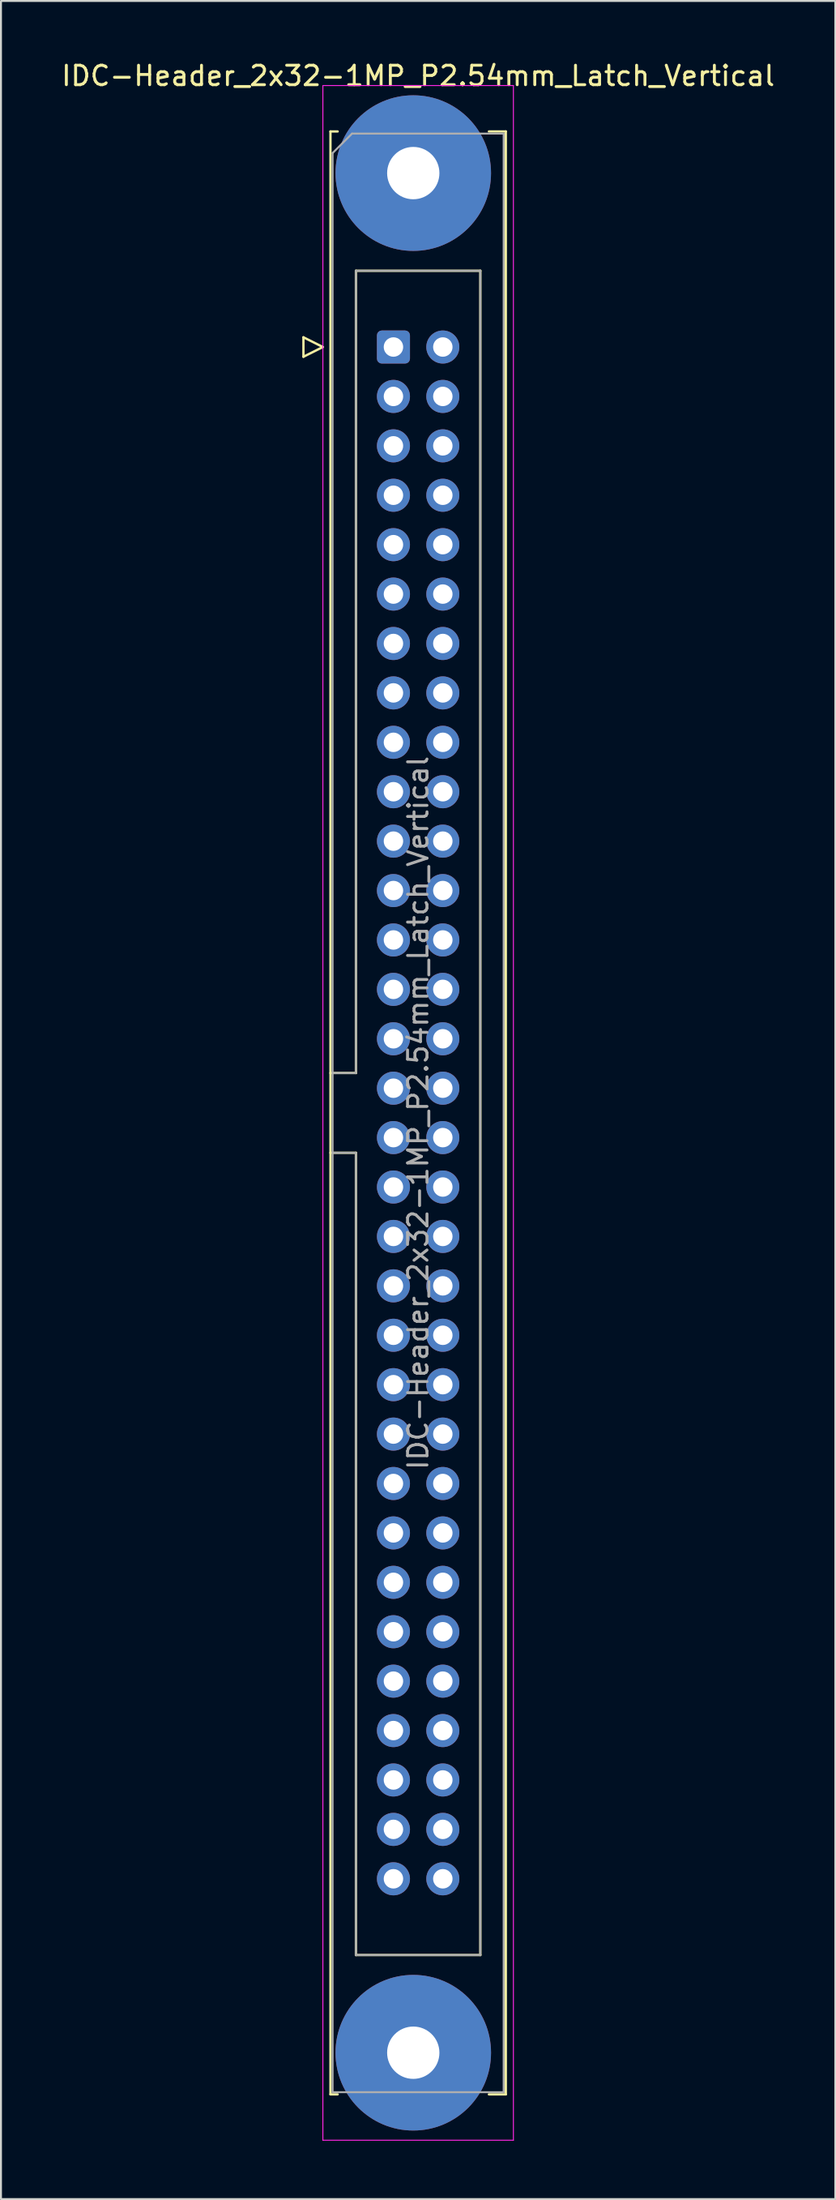
<source format=kicad_pcb>
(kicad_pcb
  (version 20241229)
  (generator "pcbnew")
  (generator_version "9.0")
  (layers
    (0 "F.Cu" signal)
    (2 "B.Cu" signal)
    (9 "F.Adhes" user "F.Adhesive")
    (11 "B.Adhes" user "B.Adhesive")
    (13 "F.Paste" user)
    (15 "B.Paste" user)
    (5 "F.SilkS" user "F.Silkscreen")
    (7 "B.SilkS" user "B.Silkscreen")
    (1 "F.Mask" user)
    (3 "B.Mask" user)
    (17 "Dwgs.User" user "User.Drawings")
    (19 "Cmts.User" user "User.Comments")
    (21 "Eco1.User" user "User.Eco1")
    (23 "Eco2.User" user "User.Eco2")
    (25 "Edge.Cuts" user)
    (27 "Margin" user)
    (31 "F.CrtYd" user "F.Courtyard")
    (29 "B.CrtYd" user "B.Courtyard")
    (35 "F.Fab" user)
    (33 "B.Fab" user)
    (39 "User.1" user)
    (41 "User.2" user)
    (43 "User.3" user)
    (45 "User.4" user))
  (footprint "IDC-Header_2x32-1MP_P2.54mm_Latch_Vertical"
    (layer "F.Cu")
    (at 17.188 14.788)
    (property "Reference" "IDC-Header_2x32-1MP_P2.54mm_Latch_Vertical" (at 1.27 -13.94 0) (layer "F.SilkS") (effects (font (size 1 1) (thickness 0.15))))
    (attr through_hole)
    (fp_line (start -4.63 -0.5) (end -4.63 0.5) (stroke (width 0.12) (type solid)) (layer "F.SilkS"))
    (fp_line (start -4.63 0.5) (end -3.63 0) (stroke (width 0.12) (type solid)) (layer "F.SilkS"))
    (fp_line (start -3.63 0) (end -4.63 -0.5) (stroke (width 0.12) (type solid)) (layer "F.SilkS"))
    (fp_line (start -3.24 -11.08) (end -3.24 89.82) (stroke (width 0.12) (type solid)) (layer "F.SilkS"))
    (fp_line (start -3.24 37.32) (end -1.93 37.32) (stroke (width 0.12) (type solid)) (layer "F.SilkS"))
    (fp_line (start -3.24 89.82) (end -2.87 89.82) (stroke (width 0.12) (type solid)) (layer "F.SilkS"))
    (fp_line (start -2.87 -11.08) (end -3.24 -11.08) (stroke (width 0.12) (type solid)) (layer "F.SilkS"))
    (fp_line (start -1.93 -3.92) (end 4.47 -3.92) (stroke (width 0.12) (type solid)) (layer "F.SilkS"))
    (fp_line (start -1.93 37.32) (end -1.93 -3.92) (stroke (width 0.12) (type solid)) (layer "F.SilkS"))
    (fp_line (start -1.93 41.42) (end -3.24 41.42) (stroke (width 0.12) (type solid)) (layer "F.SilkS"))
    (fp_line (start -1.93 82.66) (end -1.93 41.42) (stroke (width 0.12) (type solid)) (layer "F.SilkS"))
    (fp_line (start 4.47 -3.92) (end 4.47 82.66) (stroke (width 0.12) (type solid)) (layer "F.SilkS"))
    (fp_line (start 4.47 82.66) (end -1.93 82.66) (stroke (width 0.12) (type solid)) (layer "F.SilkS"))
    (fp_line (start 4.91 -11.08) (end 5.78 -11.08) (stroke (width 0.12) (type solid)) (layer "F.SilkS"))
    (fp_line (start 5.78 -11.08) (end 5.78 89.82) (stroke (width 0.12) (type solid)) (layer "F.SilkS"))
    (fp_line (start 5.78 89.82) (end 4.91 89.82) (stroke (width 0.12) (type solid)) (layer "F.SilkS"))
    (fp_line (start -3.63 -13.44) (end -3.63 92.18) (stroke (width 0.05) (type solid)) (layer "F.CrtYd"))
    (fp_line (start -3.63 92.18) (end 6.17 92.18) (stroke (width 0.05) (type solid)) (layer "F.CrtYd"))
    (fp_line (start 6.17 -13.44) (end -3.63 -13.44) (stroke (width 0.05) (type solid)) (layer "F.CrtYd"))
    (fp_line (start 6.17 92.18) (end 6.17 -13.44) (stroke (width 0.05) (type solid)) (layer "F.CrtYd"))
    (fp_line (start -3.13 -9.97) (end -2.13 -10.97) (stroke (width 0.1) (type solid)) (layer "F.Fab"))
    (fp_line (start -3.13 37.32) (end -1.93 37.32) (stroke (width 0.1) (type solid)) (layer "F.Fab"))
    (fp_line (start -3.13 89.71) (end -3.13 -9.97) (stroke (width 0.1) (type solid)) (layer "F.Fab"))
    (fp_line (start -2.13 -10.97) (end 5.67 -10.97) (stroke (width 0.1) (type solid)) (layer "F.Fab"))
    (fp_line (start -1.93 -3.92) (end 4.47 -3.92) (stroke (width 0.1) (type solid)) (layer "F.Fab"))
    (fp_line (start -1.93 37.32) (end -1.93 -3.92) (stroke (width 0.1) (type solid)) (layer "F.Fab"))
    (fp_line (start -1.93 41.42) (end -3.13 41.42) (stroke (width 0.1) (type solid)) (layer "F.Fab"))
    (fp_line (start -1.93 82.66) (end -1.93 41.42) (stroke (width 0.1) (type solid)) (layer "F.Fab"))
    (fp_line (start 4.47 -3.92) (end 4.47 82.66) (stroke (width 0.1) (type solid)) (layer "F.Fab"))
    (fp_line (start 4.47 82.66) (end -1.93 82.66) (stroke (width 0.1) (type solid)) (layer "F.Fab"))
    (fp_line (start 5.67 -10.97) (end 5.67 89.71) (stroke (width 0.1) (type solid)) (layer "F.Fab"))
    (fp_line (start 5.67 89.71) (end -3.13 89.71) (stroke (width 0.1) (type solid)) (layer "F.Fab"))
    (fp_text user "${REFERENCE}" (at 1.27 39.37 90) (layer "F.Fab") (effects (font (size 1 1) (thickness 0.15))))
    (pad "1" thru_hole roundrect (at 0 0) (size 1.7 1.7) (drill 1) (layers "*.Cu" "*.Mask") (roundrect_rratio 0.147))
    (pad "2" thru_hole circle (at 2.54 0) (size 1.7 1.7) (drill 1) (layers "*.Cu" "*.Mask"))
    (pad "3" thru_hole circle (at 0 2.54) (size 1.7 1.7) (drill 1) (layers "*.Cu" "*.Mask"))
    (pad "4" thru_hole circle (at 2.54 2.54) (size 1.7 1.7) (drill 1) (layers "*.Cu" "*.Mask"))
    (pad "5" thru_hole circle (at 0 5.08) (size 1.7 1.7) (drill 1) (layers "*.Cu" "*.Mask"))
    (pad "6" thru_hole circle (at 2.54 5.08) (size 1.7 1.7) (drill 1) (layers "*.Cu" "*.Mask"))
    (pad "7" thru_hole circle (at 0 7.62) (size 1.7 1.7) (drill 1) (layers "*.Cu" "*.Mask"))
    (pad "8" thru_hole circle (at 2.54 7.62) (size 1.7 1.7) (drill 1) (layers "*.Cu" "*.Mask"))
    (pad "9" thru_hole circle (at 0 10.16) (size 1.7 1.7) (drill 1) (layers "*.Cu" "*.Mask"))
    (pad "10" thru_hole circle (at 2.54 10.16) (size 1.7 1.7) (drill 1) (layers "*.Cu" "*.Mask"))
    (pad "11" thru_hole circle (at 0 12.7) (size 1.7 1.7) (drill 1) (layers "*.Cu" "*.Mask"))
    (pad "12" thru_hole circle (at 2.54 12.7) (size 1.7 1.7) (drill 1) (layers "*.Cu" "*.Mask"))
    (pad "13" thru_hole circle (at 0 15.24) (size 1.7 1.7) (drill 1) (layers "*.Cu" "*.Mask"))
    (pad "14" thru_hole circle (at 2.54 15.24) (size 1.7 1.7) (drill 1) (layers "*.Cu" "*.Mask"))
    (pad "15" thru_hole circle (at 0 17.78) (size 1.7 1.7) (drill 1) (layers "*.Cu" "*.Mask"))
    (pad "16" thru_hole circle (at 2.54 17.78) (size 1.7 1.7) (drill 1) (layers "*.Cu" "*.Mask"))
    (pad "17" thru_hole circle (at 0 20.32) (size 1.7 1.7) (drill 1) (layers "*.Cu" "*.Mask"))
    (pad "18" thru_hole circle (at 2.54 20.32) (size 1.7 1.7) (drill 1) (layers "*.Cu" "*.Mask"))
    (pad "19" thru_hole circle (at 0 22.86) (size 1.7 1.7) (drill 1) (layers "*.Cu" "*.Mask"))
    (pad "20" thru_hole circle (at 2.54 22.86) (size 1.7 1.7) (drill 1) (layers "*.Cu" "*.Mask"))
    (pad "21" thru_hole circle (at 0 25.4) (size 1.7 1.7) (drill 1) (layers "*.Cu" "*.Mask"))
    (pad "22" thru_hole circle (at 2.54 25.4) (size 1.7 1.7) (drill 1) (layers "*.Cu" "*.Mask"))
    (pad "23" thru_hole circle (at 0 27.94) (size 1.7 1.7) (drill 1) (layers "*.Cu" "*.Mask"))
    (pad "24" thru_hole circle (at 2.54 27.94) (size 1.7 1.7) (drill 1) (layers "*.Cu" "*.Mask"))
    (pad "25" thru_hole circle (at 0 30.48) (size 1.7 1.7) (drill 1) (layers "*.Cu" "*.Mask"))
    (pad "26" thru_hole circle (at 2.54 30.48) (size 1.7 1.7) (drill 1) (layers "*.Cu" "*.Mask"))
    (pad "27" thru_hole circle (at 0 33.02) (size 1.7 1.7) (drill 1) (layers "*.Cu" "*.Mask"))
    (pad "28" thru_hole circle (at 2.54 33.02) (size 1.7 1.7) (drill 1) (layers "*.Cu" "*.Mask"))
    (pad "29" thru_hole circle (at 0 35.56) (size 1.7 1.7) (drill 1) (layers "*.Cu" "*.Mask"))
    (pad "30" thru_hole circle (at 2.54 35.56) (size 1.7 1.7) (drill 1) (layers "*.Cu" "*.Mask"))
    (pad "31" thru_hole circle (at 0 38.1) (size 1.7 1.7) (drill 1) (layers "*.Cu" "*.Mask"))
    (pad "32" thru_hole circle (at 2.54 38.1) (size 1.7 1.7) (drill 1) (layers "*.Cu" "*.Mask"))
    (pad "33" thru_hole circle (at 0 40.64) (size 1.7 1.7) (drill 1) (layers "*.Cu" "*.Mask"))
    (pad "34" thru_hole circle (at 2.54 40.64) (size 1.7 1.7) (drill 1) (layers "*.Cu" "*.Mask"))
    (pad "35" thru_hole circle (at 0 43.18) (size 1.7 1.7) (drill 1) (layers "*.Cu" "*.Mask"))
    (pad "36" thru_hole circle (at 2.54 43.18) (size 1.7 1.7) (drill 1) (layers "*.Cu" "*.Mask"))
    (pad "37" thru_hole circle (at 0 45.72) (size 1.7 1.7) (drill 1) (layers "*.Cu" "*.Mask"))
    (pad "38" thru_hole circle (at 2.54 45.72) (size 1.7 1.7) (drill 1) (layers "*.Cu" "*.Mask"))
    (pad "39" thru_hole circle (at 0 48.26) (size 1.7 1.7) (drill 1) (layers "*.Cu" "*.Mask"))
    (pad "40" thru_hole circle (at 2.54 48.26) (size 1.7 1.7) (drill 1) (layers "*.Cu" "*.Mask"))
    (pad "41" thru_hole circle (at 0 50.8) (size 1.7 1.7) (drill 1) (layers "*.Cu" "*.Mask"))
    (pad "42" thru_hole circle (at 2.54 50.8) (size 1.7 1.7) (drill 1) (layers "*.Cu" "*.Mask"))
    (pad "43" thru_hole circle (at 0 53.34) (size 1.7 1.7) (drill 1) (layers "*.Cu" "*.Mask"))
    (pad "44" thru_hole circle (at 2.54 53.34) (size 1.7 1.7) (drill 1) (layers "*.Cu" "*.Mask"))
    (pad "45" thru_hole circle (at 0 55.88) (size 1.7 1.7) (drill 1) (layers "*.Cu" "*.Mask"))
    (pad "46" thru_hole circle (at 2.54 55.88) (size 1.7 1.7) (drill 1) (layers "*.Cu" "*.Mask"))
    (pad "47" thru_hole circle (at 0 58.42) (size 1.7 1.7) (drill 1) (layers "*.Cu" "*.Mask"))
    (pad "48" thru_hole circle (at 2.54 58.42) (size 1.7 1.7) (drill 1) (layers "*.Cu" "*.Mask"))
    (pad "49" thru_hole circle (at 0 60.96) (size 1.7 1.7) (drill 1) (layers "*.Cu" "*.Mask"))
    (pad "50" thru_hole circle (at 2.54 60.96) (size 1.7 1.7) (drill 1) (layers "*.Cu" "*.Mask"))
    (pad "51" thru_hole circle (at 0 63.5) (size 1.7 1.7) (drill 1) (layers "*.Cu" "*.Mask"))
    (pad "52" thru_hole circle (at 2.54 63.5) (size 1.7 1.7) (drill 1) (layers "*.Cu" "*.Mask"))
    (pad "53" thru_hole circle (at 0 66.04) (size 1.7 1.7) (drill 1) (layers "*.Cu" "*.Mask"))
    (pad "54" thru_hole circle (at 2.54 66.04) (size 1.7 1.7) (drill 1) (layers "*.Cu" "*.Mask"))
    (pad "55" thru_hole circle (at 0 68.58) (size 1.7 1.7) (drill 1) (layers "*.Cu" "*.Mask"))
    (pad "56" thru_hole circle (at 2.54 68.58) (size 1.7 1.7) (drill 1) (layers "*.Cu" "*.Mask"))
    (pad "57" thru_hole circle (at 0 71.12) (size 1.7 1.7) (drill 1) (layers "*.Cu" "*.Mask"))
    (pad "58" thru_hole circle (at 2.54 71.12) (size 1.7 1.7) (drill 1) (layers "*.Cu" "*.Mask"))
    (pad "59" thru_hole circle (at 0 73.66) (size 1.7 1.7) (drill 1) (layers "*.Cu" "*.Mask"))
    (pad "60" thru_hole circle (at 2.54 73.66) (size 1.7 1.7) (drill 1) (layers "*.Cu" "*.Mask"))
    (pad "61" thru_hole circle (at 0 76.2) (size 1.7 1.7) (drill 1) (layers "*.Cu" "*.Mask"))
    (pad "62" thru_hole circle (at 2.54 76.2) (size 1.7 1.7) (drill 1) (layers "*.Cu" "*.Mask"))
    (pad "63" thru_hole circle (at 0 78.74) (size 1.7 1.7) (drill 1) (layers "*.Cu" "*.Mask"))
    (pad "64" thru_hole circle (at 2.54 78.74) (size 1.7 1.7) (drill 1) (layers "*.Cu" "*.Mask"))
    (pad "MP" thru_hole circle (at 1.02 -8.94) (size 8 8) (drill 2.69) (layers "*.Cu" "*.Mask"))
    (pad "MP" thru_hole circle (at 1.02 87.68) (size 8 8) (drill 2.69) (layers "*.Cu" "*.Mask")))
  (gr_rect
    (start -3 -3)
    (end 39.917 109.993)
    (stroke (width 0.1) (type default))
    (fill no)
    (layer "Edge.Cuts")))
</source>
